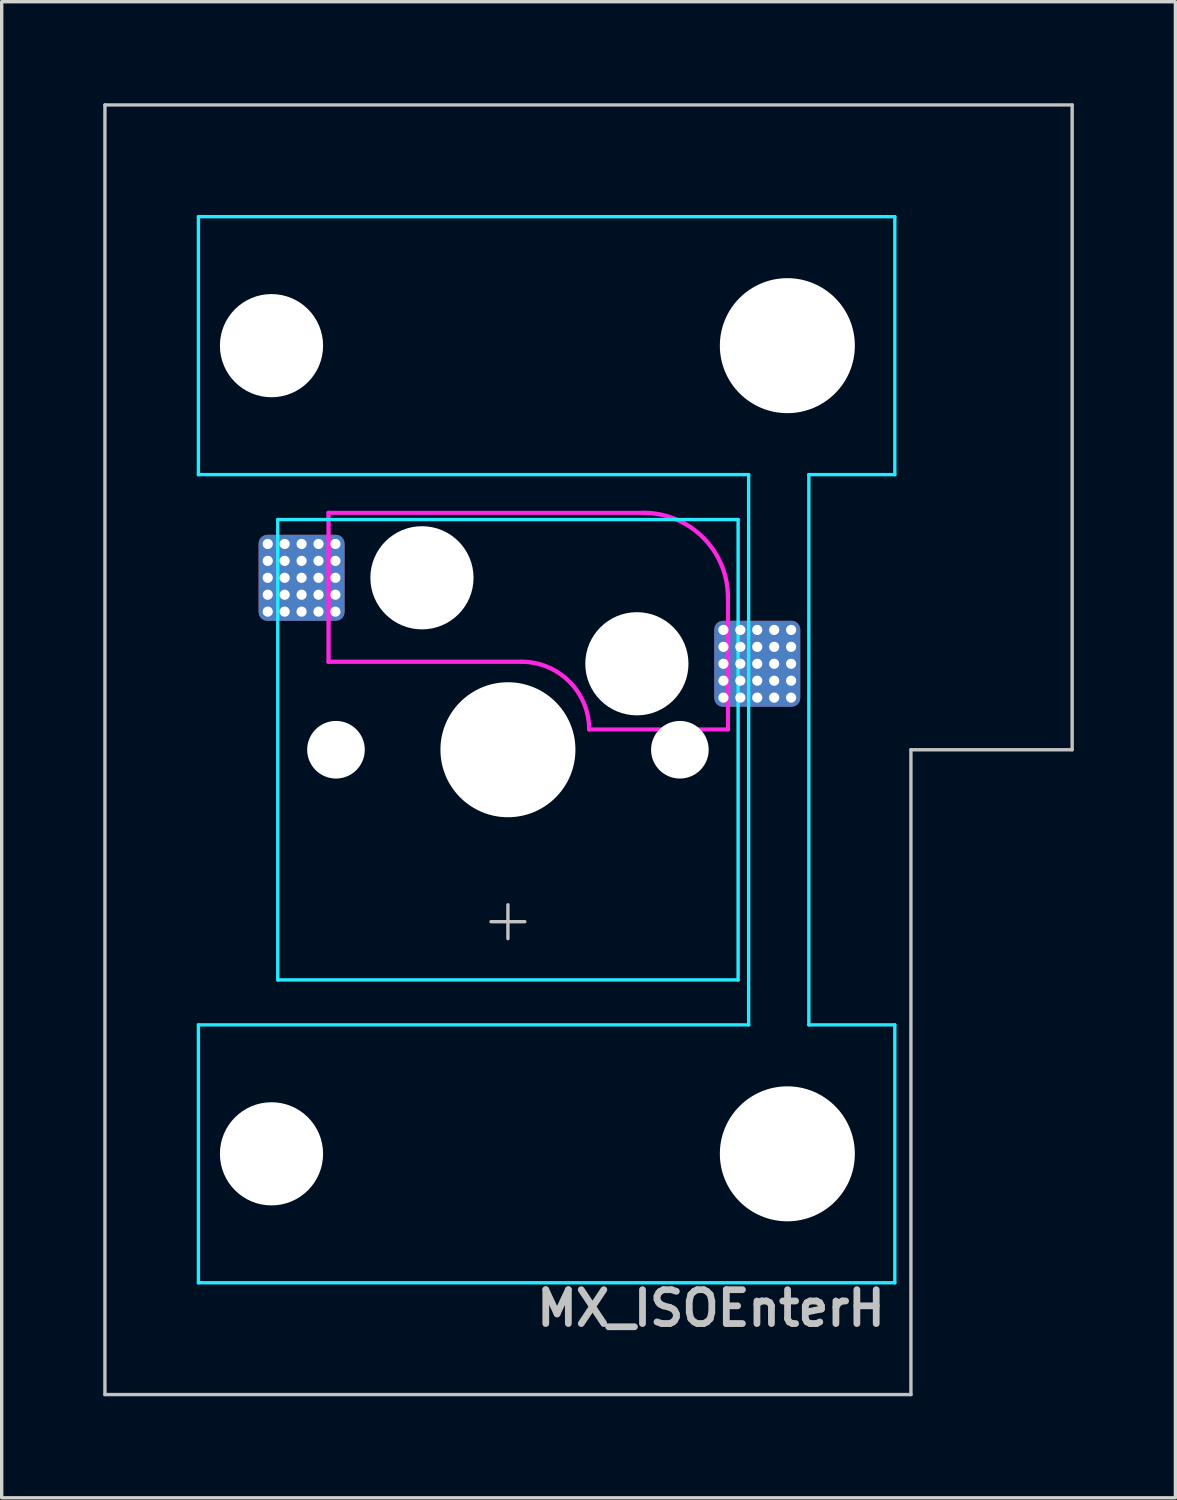
<source format=kicad_pcb>
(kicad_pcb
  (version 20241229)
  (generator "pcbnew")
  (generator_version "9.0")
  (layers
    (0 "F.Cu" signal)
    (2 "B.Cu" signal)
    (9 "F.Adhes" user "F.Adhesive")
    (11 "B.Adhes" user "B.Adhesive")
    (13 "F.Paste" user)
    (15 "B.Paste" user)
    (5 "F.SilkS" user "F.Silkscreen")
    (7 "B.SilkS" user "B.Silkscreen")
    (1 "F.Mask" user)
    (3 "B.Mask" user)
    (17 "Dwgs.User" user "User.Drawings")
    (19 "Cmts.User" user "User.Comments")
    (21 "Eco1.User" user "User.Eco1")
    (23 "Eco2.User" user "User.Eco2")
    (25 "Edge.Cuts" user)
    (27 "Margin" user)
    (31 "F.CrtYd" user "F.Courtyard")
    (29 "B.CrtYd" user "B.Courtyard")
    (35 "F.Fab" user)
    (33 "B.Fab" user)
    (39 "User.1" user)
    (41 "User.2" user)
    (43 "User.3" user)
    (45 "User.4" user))
  (footprint "MX_ISOEnterH"
    (layer "F.Cu")
    (at 11.956 19.1)
    (property "Reference" "MX_ISOEnterH" (at 11.25 16.5 0) (unlocked yes) (layer "Dwgs.User") (effects (font (size 1 1) (thickness 0.2)) (justify right)))
    (attr smd)
    (fp_line (start -11.906 19.05) (end -11.906 -19.05) (stroke (width 0.1) (type solid)) (layer "Dwgs.User"))
    (fp_line (start -0.5 5.08) (end 0.5 5.08) (stroke (width 0.1) (type solid)) (layer "Dwgs.User"))
    (fp_line (start 0 4.58) (end 0 5.58) (stroke (width 0.1) (type solid)) (layer "Dwgs.User"))
    (fp_line (start 11.906 19.05) (end -11.906 19.05) (stroke (width 0.1) (type solid)) (layer "Dwgs.User"))
    (fp_line (start 11.906 19.05) (end 11.906 0) (stroke (width 0.1) (type solid)) (layer "Dwgs.User"))
    (fp_line (start 16.669 -19.05) (end -11.906 -19.05) (stroke (width 0.1) (type solid)) (layer "Dwgs.User"))
    (fp_line (start 16.669 0) (end 11.906 0) (stroke (width 0.1) (type solid)) (layer "Dwgs.User"))
    (fp_line (start 16.669 0) (end 16.669 -19.05) (stroke (width 0.1) (type solid)) (layer "Dwgs.User"))
    (fp_line (start -7 -6.5) (end -7 6.5) (stroke (width 0.1) (type solid)) (layer "Eco1.User"))
    (fp_line (start -6.5 7) (end 6.5 7) (stroke (width 0.1) (type solid)) (layer "Eco1.User"))
    (fp_line (start -5.985 -8.938) (end -5.985 -14.938) (stroke (width 0.1) (type solid)) (layer "Eco1.User"))
    (fp_line (start -5.985 14.938) (end -5.985 8.938) (stroke (width 0.1) (type solid)) (layer "Eco1.User"))
    (fp_line (start -5.485 -8.438) (end 8.515 -8.438) (stroke (width 0.1) (type solid)) (layer "Eco1.User"))
    (fp_line (start -5.485 15.438) (end 8.515 15.438) (stroke (width 0.1) (type solid)) (layer "Eco1.User"))
    (fp_line (start 6.5 -7) (end -6.5 -7) (stroke (width 0.1) (type solid)) (layer "Eco1.User"))
    (fp_line (start 7 6.5) (end 7 -6.5) (stroke (width 0.1) (type solid)) (layer "Eco1.User"))
    (fp_line (start 8.515 -15.438) (end -5.485 -15.438) (stroke (width 0.1) (type solid)) (layer "Eco1.User"))
    (fp_line (start 8.515 8.438) (end -5.485 8.438) (stroke (width 0.1) (type solid)) (layer "Eco1.User"))
    (fp_line (start 9.015 -14.938) (end 9.015 -8.938) (stroke (width 0.1) (type solid)) (layer "Eco1.User"))
    (fp_line (start 9.015 8.938) (end 9.015 14.938) (stroke (width 0.1) (type solid)) (layer "Eco1.User"))
    (fp_arc (start -7 -6.5) (mid -6.853553 -6.853553) (end -6.5 -7) (stroke (width 0.1) (type solid)) (layer "Eco1.User"))
    (fp_arc (start -6.5 7) (mid -6.853553 6.853553) (end -7 6.5) (stroke (width 0.1) (type solid)) (layer "Eco1.User"))
    (fp_arc (start -5.985 -14.938) (mid -5.838553 -15.291553) (end -5.485 -15.438) (stroke (width 0.1) (type solid)) (layer "Eco1.User"))
    (fp_arc (start -5.985 8.938) (mid -5.838553 8.584447) (end -5.485 8.438) (stroke (width 0.1) (type solid)) (layer "Eco1.User"))
    (fp_arc (start -5.485 -8.438) (mid -5.838553 -8.584447) (end -5.985 -8.938) (stroke (width 0.1) (type solid)) (layer "Eco1.User"))
    (fp_arc (start -5.485 15.438) (mid -5.838553 15.291553) (end -5.985 14.938) (stroke (width 0.1) (type solid)) (layer "Eco1.User"))
    (fp_arc (start 6.5 -7) (mid 6.853553 -6.853553) (end 7 -6.5) (stroke (width 0.1) (type solid)) (layer "Eco1.User"))
    (fp_arc (start 7 6.5) (mid 6.853553 6.853553) (end 6.5 7) (stroke (width 0.1) (type solid)) (layer "Eco1.User"))
    (fp_arc (start 8.515 -15.438) (mid 8.868553 -15.291553) (end 9.015 -14.938) (stroke (width 0.1) (type solid)) (layer "Eco1.User"))
    (fp_arc (start 8.515 8.438) (mid 8.868553 8.584447) (end 9.015 8.938) (stroke (width 0.1) (type solid)) (layer "Eco1.User"))
    (fp_arc (start 9.015 -8.938) (mid 8.868553 -8.584447) (end 8.515 -8.438) (stroke (width 0.1) (type solid)) (layer "Eco1.User"))
    (fp_arc (start 9.015 14.938) (mid 8.868553 15.291553) (end 8.515 15.438) (stroke (width 0.1) (type solid)) (layer "Eco1.User"))
    (fp_line (start -9.144 -15.748) (end 11.43 -15.748) (stroke (width 0.1) (type solid)) (layer "B.CrtYd"))
    (fp_line (start -9.144 -8.128) (end -9.144 -15.748) (stroke (width 0.1) (type solid)) (layer "B.CrtYd"))
    (fp_line (start -9.144 -8.128) (end 7.112 -8.128) (stroke (width 0.1) (type solid)) (layer "B.CrtYd"))
    (fp_line (start -9.144 8.128) (end 7.112 8.128) (stroke (width 0.1) (type solid)) (layer "B.CrtYd"))
    (fp_line (start -9.144 15.748) (end -9.144 8.128) (stroke (width 0.1) (type solid)) (layer "B.CrtYd"))
    (fp_line (start -6.8 6.8) (end -6.8 -6.8) (stroke (width 0.1) (type solid)) (layer "B.CrtYd"))
    (fp_line (start 6.8 -6.8) (end -6.8 -6.8) (stroke (width 0.1) (type solid)) (layer "B.CrtYd"))
    (fp_line (start 6.8 6.8) (end -6.8 6.8) (stroke (width 0.1) (type solid)) (layer "B.CrtYd"))
    (fp_line (start 6.8 6.8) (end 6.8 -6.8) (stroke (width 0.1) (type solid)) (layer "B.CrtYd"))
    (fp_line (start 7.112 8.128) (end 7.112 -8.128) (stroke (width 0.1) (type solid)) (layer "B.CrtYd"))
    (fp_line (start 8.89 8.128) (end 8.89 -8.128) (stroke (width 0.1) (type solid)) (layer "B.CrtYd"))
    (fp_line (start 11.43 -15.748) (end 11.43 -8.128) (stroke (width 0.1) (type solid)) (layer "B.CrtYd"))
    (fp_line (start 11.43 -8.128) (end 8.89 -8.128) (stroke (width 0.1) (type solid)) (layer "B.CrtYd"))
    (fp_line (start 11.43 8.128) (end 8.89 8.128) (stroke (width 0.1) (type solid)) (layer "B.CrtYd"))
    (fp_line (start 11.43 8.128) (end 11.43 15.748) (stroke (width 0.1) (type solid)) (layer "B.CrtYd"))
    (fp_line (start 11.43 15.748) (end -9.144 15.748) (stroke (width 0.1) (type solid)) (layer "B.CrtYd"))
    (fp_line (start -5.3 -7) (end -5.3 -2.6) (stroke (width 0.127) (type solid)) (layer "F.CrtYd"))
    (fp_line (start 0.4 -2.6) (end -5.3 -2.6) (stroke (width 0.127) (type solid)) (layer "F.CrtYd"))
    (fp_line (start 4 -7) (end -5.3 -7) (stroke (width 0.12) (type solid)) (layer "F.CrtYd"))
    (fp_line (start 6.5 -4.5) (end 6.5 -0.6) (stroke (width 0.12) (type solid)) (layer "F.CrtYd"))
    (fp_line (start 6.5 -0.6) (end 2.4 -0.6) (stroke (width 0.12) (type solid)) (layer "F.CrtYd"))
    (fp_arc (start 0.4 -2.6) (mid 1.814214 -2.014214) (end 2.4 -0.6) (stroke (width 0.127) (type solid)) (layer "F.CrtYd"))
    (fp_arc (start 4 -7) (mid 5.767767 -6.267767) (end 6.5 -4.5) (stroke (width 0.127) (type solid)) (layer "F.CrtYd"))
    (pad "" np_thru_hole circle (at -6.985 -11.938 90) (size 3.048 3.048) (drill 3.048) (layers "*.Cu" "*.Mask"))
    (pad "" np_thru_hole circle (at -6.985 11.938 90) (size 3.048 3.048) (drill 3.048) (layers "*.Cu" "*.Mask"))
    (pad "" np_thru_hole circle (at -5.08 0 270) (size 1.702 1.702) (drill 1.702) (layers "*.Cu" "*.Mask"))
    (pad "" np_thru_hole circle (at -2.54 -5.08) (size 3.048 3.048) (drill 3.048) (layers "*.Cu" "*.Mask"))
    (pad "" np_thru_hole circle (at 0 0) (size 3.988 3.988) (drill 3.988) (layers "*.Cu" "*.Mask"))
    (pad "" np_thru_hole circle (at 3.81 -2.54) (size 3.048 3.048) (drill 3.048) (layers "*.Cu" "*.Mask"))
    (pad "" np_thru_hole circle (at 5.08 0 270) (size 1.702 1.702) (drill 1.702) (layers "*.Cu" "*.Mask"))
    (pad "" np_thru_hole circle (at 8.255 -11.938 90) (size 3.988 3.988) (drill 3.988) (layers "*.Cu" "*.Mask"))
    (pad "" np_thru_hole circle (at 8.255 11.938 90) (size 3.988 3.988) (drill 3.988) (layers "*.Cu" "*.Mask"))
    (pad "1" thru_hole circle (at -7.096 -6.08) (size 0.3 0.3) (drill 0.3) (layers "*.Cu" "F.Mask"))
    (pad "1" thru_hole circle (at -7.096 -5.58) (size 0.3 0.3) (drill 0.3) (layers "*.Cu" "F.Mask"))
    (pad "1" thru_hole circle (at -7.096 -5.08) (size 0.3 0.3) (drill 0.3) (layers "*.Cu" "F.Mask"))
    (pad "1" thru_hole circle (at -7.096 -4.58) (size 0.3 0.3) (drill 0.3) (layers "*.Cu" "F.Mask"))
    (pad "1" thru_hole circle (at -7.096 -4.08) (size 0.3 0.3) (drill 0.3) (layers "*.Cu" "F.Mask"))
    (pad "1" thru_hole circle (at -6.596 -6.08) (size 0.3 0.3) (drill 0.3) (layers "*.Cu" "F.Mask"))
    (pad "1" thru_hole circle (at -6.596 -5.58) (size 0.3 0.3) (drill 0.3) (layers "*.Cu" "F.Mask"))
    (pad "1" thru_hole circle (at -6.596 -5.08) (size 0.3 0.3) (drill 0.3) (layers "*.Cu" "F.Mask"))
    (pad "1" thru_hole circle (at -6.596 -4.58) (size 0.3 0.3) (drill 0.3) (layers "*.Cu" "F.Mask"))
    (pad "1" thru_hole circle (at -6.596 -4.08) (size 0.3 0.3) (drill 0.3) (layers "*.Cu" "F.Mask"))
    (pad "1" thru_hole circle (at -6.096 -6.08) (size 0.3 0.3) (drill 0.3) (layers "*.Cu" "F.Mask"))
    (pad "1" thru_hole circle (at -6.096 -5.58) (size 0.3 0.3) (drill 0.3) (layers "*.Cu" "F.Mask"))
    (pad "1" thru_hole circle (at -6.096 -5.08) (size 0.3 0.3) (drill 0.3) (layers "*.Cu" "F.Mask"))
    (pad "1" smd roundrect (at -6.096 -5.08) (size 2.54 2.54) (layers "F.Cu" "F.Mask") (roundrect_rratio 0.1))
    (pad "1" smd roundrect (at -6.096 -5.08) (size 2.54 2.54) (layers "B.Cu") (roundrect_rratio 0.1))
    (pad "1" thru_hole circle (at -6.096 -4.58) (size 0.3 0.3) (drill 0.3) (layers "*.Cu" "F.Mask"))
    (pad "1" thru_hole circle (at -6.096 -4.08) (size 0.3 0.3) (drill 0.3) (layers "*.Cu" "F.Mask"))
    (pad "1" thru_hole circle (at -5.596 -6.08) (size 0.3 0.3) (drill 0.3) (layers "*.Cu" "F.Mask"))
    (pad "1" thru_hole circle (at -5.596 -5.58) (size 0.3 0.3) (drill 0.3) (layers "*.Cu" "F.Mask"))
    (pad "1" thru_hole circle (at -5.596 -5.08) (size 0.3 0.3) (drill 0.3) (layers "*.Cu" "F.Mask"))
    (pad "1" thru_hole circle (at -5.596 -4.58) (size 0.3 0.3) (drill 0.3) (layers "*.Cu" "F.Mask"))
    (pad "1" thru_hole circle (at -5.596 -4.08) (size 0.3 0.3) (drill 0.3) (layers "*.Cu" "F.Mask"))
    (pad "1" thru_hole circle (at -5.096 -6.08) (size 0.3 0.3) (drill 0.3) (layers "*.Cu" "F.Mask"))
    (pad "1" thru_hole circle (at -5.096 -5.58) (size 0.3 0.3) (drill 0.3) (layers "*.Cu" "F.Mask"))
    (pad "1" thru_hole circle (at -5.096 -5.08) (size 0.3 0.3) (drill 0.3) (layers "*.Cu" "F.Mask"))
    (pad "1" thru_hole circle (at -5.096 -4.58) (size 0.3 0.3) (drill 0.3) (layers "*.Cu" "F.Mask"))
    (pad "1" thru_hole circle (at -5.096 -4.08) (size 0.3 0.3) (drill 0.3) (layers "*.Cu" "F.Mask"))
    (pad "2" thru_hole circle (at 6.366 -3.54) (size 0.3 0.3) (drill 0.3) (layers "*.Cu" "F.Mask"))
    (pad "2" thru_hole circle (at 6.366 -3.04) (size 0.3 0.3) (drill 0.3) (layers "*.Cu" "F.Mask"))
    (pad "2" thru_hole circle (at 6.366 -2.54) (size 0.3 0.3) (drill 0.3) (layers "*.Cu" "F.Mask"))
    (pad "2" thru_hole circle (at 6.366 -2.04) (size 0.3 0.3) (drill 0.3) (layers "*.Cu" "F.Mask"))
    (pad "2" thru_hole circle (at 6.366 -1.54) (size 0.3 0.3) (drill 0.3) (layers "*.Cu" "F.Mask"))
    (pad "2" thru_hole circle (at 6.866 -3.54) (size 0.3 0.3) (drill 0.3) (layers "*.Cu" "F.Mask"))
    (pad "2" thru_hole circle (at 6.866 -3.04) (size 0.3 0.3) (drill 0.3) (layers "*.Cu" "F.Mask"))
    (pad "2" thru_hole circle (at 6.866 -2.54) (size 0.3 0.3) (drill 0.3) (layers "*.Cu" "F.Mask"))
    (pad "2" thru_hole circle (at 6.866 -2.04) (size 0.3 0.3) (drill 0.3) (layers "*.Cu" "F.Mask"))
    (pad "2" thru_hole circle (at 6.866 -1.54) (size 0.3 0.3) (drill 0.3) (layers "*.Cu" "F.Mask"))
    (pad "2" thru_hole circle (at 7.366 -3.54) (size 0.3 0.3) (drill 0.3) (layers "*.Cu" "F.Mask"))
    (pad "2" thru_hole circle (at 7.366 -3.04) (size 0.3 0.3) (drill 0.3) (layers "*.Cu" "F.Mask"))
    (pad "2" thru_hole circle (at 7.366 -2.54) (size 0.3 0.3) (drill 0.3) (layers "*.Cu" "F.Mask"))
    (pad "2" smd roundrect (at 7.366 -2.54) (size 2.54 2.54) (layers "F.Cu" "F.Mask") (roundrect_rratio 0.1))
    (pad "2" smd roundrect (at 7.366 -2.54) (size 2.54 2.54) (layers "B.Cu") (roundrect_rratio 0.1))
    (pad "2" thru_hole circle (at 7.366 -2.04) (size 0.3 0.3) (drill 0.3) (layers "*.Cu" "F.Mask"))
    (pad "2" thru_hole circle (at 7.366 -1.54) (size 0.3 0.3) (drill 0.3) (layers "*.Cu" "F.Mask"))
    (pad "2" thru_hole circle (at 7.866 -3.54) (size 0.3 0.3) (drill 0.3) (layers "*.Cu" "F.Mask"))
    (pad "2" thru_hole circle (at 7.866 -3.04) (size 0.3 0.3) (drill 0.3) (layers "*.Cu" "F.Mask"))
    (pad "2" thru_hole circle (at 7.866 -2.54) (size 0.3 0.3) (drill 0.3) (layers "*.Cu" "F.Mask"))
    (pad "2" thru_hole circle (at 7.866 -2.04) (size 0.3 0.3) (drill 0.3) (layers "*.Cu" "F.Mask"))
    (pad "2" thru_hole circle (at 7.866 -1.54) (size 0.3 0.3) (drill 0.3) (layers "*.Cu" "F.Mask"))
    (pad "2" thru_hole circle (at 8.366 -3.54) (size 0.3 0.3) (drill 0.3) (layers "*.Cu" "F.Mask"))
    (pad "2" thru_hole circle (at 8.366 -3.04) (size 0.3 0.3) (drill 0.3) (layers "*.Cu" "F.Mask"))
    (pad "2" thru_hole circle (at 8.366 -2.54) (size 0.3 0.3) (drill 0.3) (layers "*.Cu" "F.Mask"))
    (pad "2" thru_hole circle (at 8.366 -2.04) (size 0.3 0.3) (drill 0.3) (layers "*.Cu" "F.Mask"))
    (pad "2" thru_hole circle (at 8.366 -1.54) (size 0.3 0.3) (drill 0.3) (layers "*.Cu" "F.Mask")))
  (gr_rect
    (start -3 -3)
    (end 31.675 41.2)
    (stroke (width 0.1) (type default))
    (fill no)
    (layer "Edge.Cuts")))
</source>
